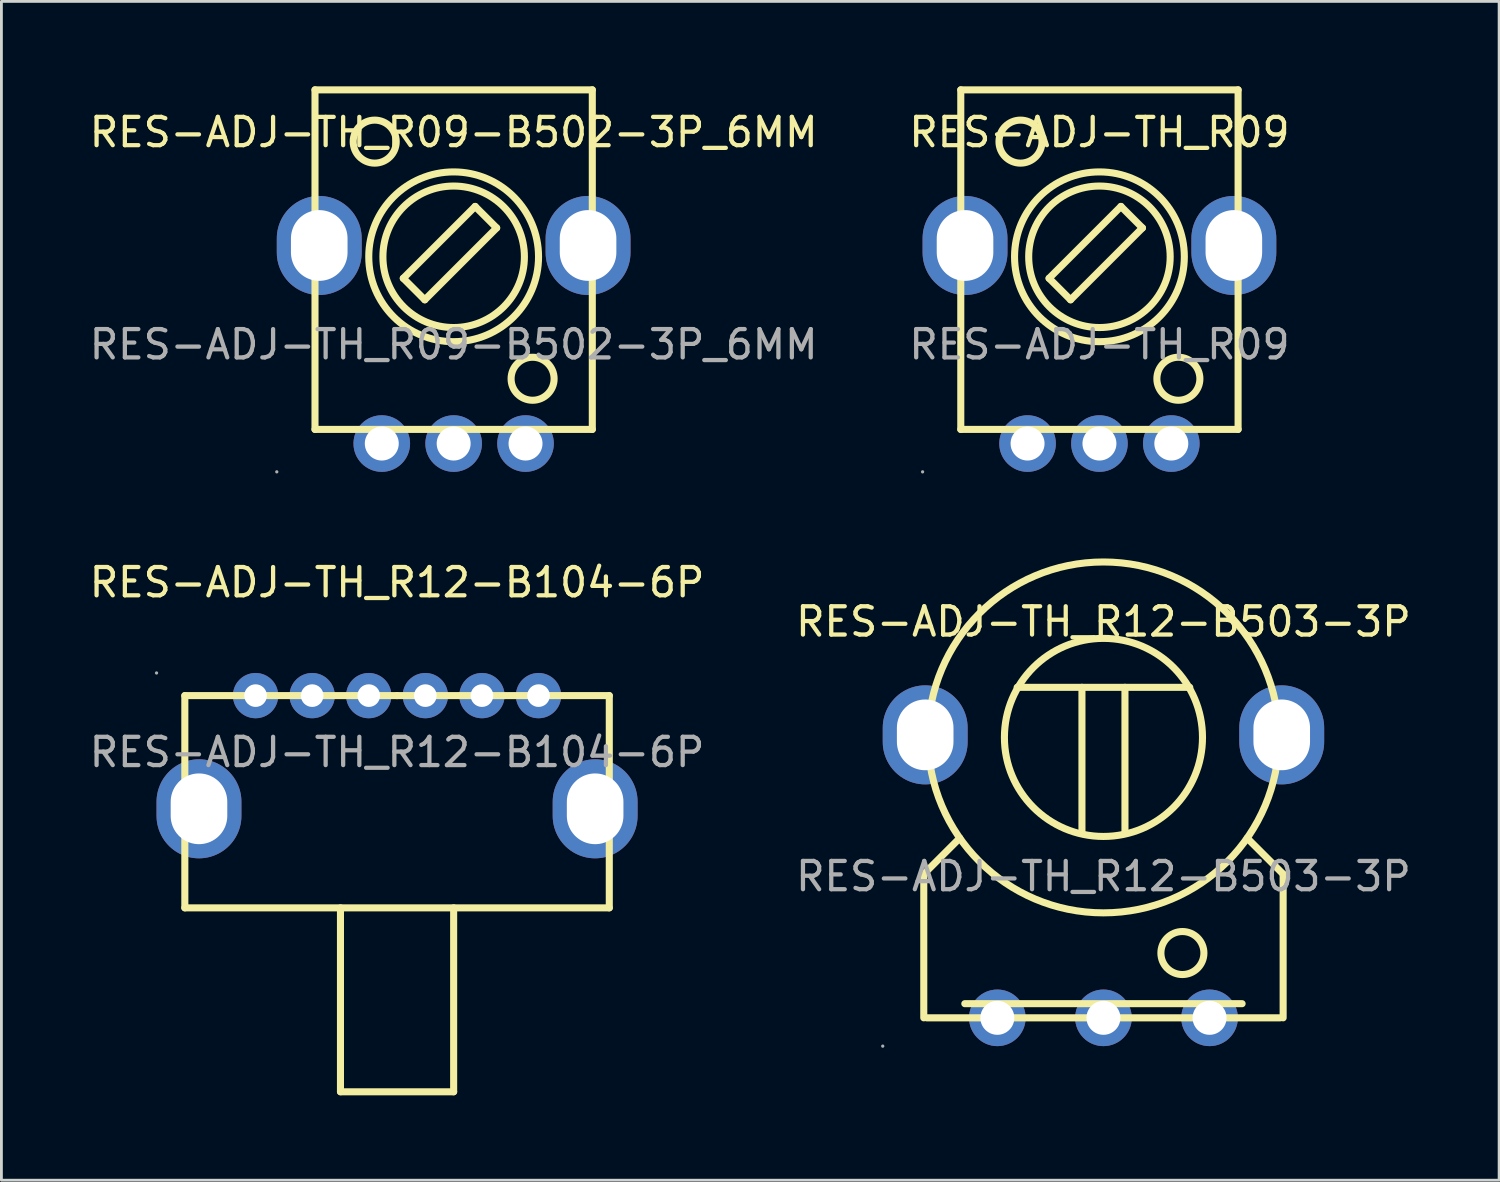
<source format=kicad_pcb>
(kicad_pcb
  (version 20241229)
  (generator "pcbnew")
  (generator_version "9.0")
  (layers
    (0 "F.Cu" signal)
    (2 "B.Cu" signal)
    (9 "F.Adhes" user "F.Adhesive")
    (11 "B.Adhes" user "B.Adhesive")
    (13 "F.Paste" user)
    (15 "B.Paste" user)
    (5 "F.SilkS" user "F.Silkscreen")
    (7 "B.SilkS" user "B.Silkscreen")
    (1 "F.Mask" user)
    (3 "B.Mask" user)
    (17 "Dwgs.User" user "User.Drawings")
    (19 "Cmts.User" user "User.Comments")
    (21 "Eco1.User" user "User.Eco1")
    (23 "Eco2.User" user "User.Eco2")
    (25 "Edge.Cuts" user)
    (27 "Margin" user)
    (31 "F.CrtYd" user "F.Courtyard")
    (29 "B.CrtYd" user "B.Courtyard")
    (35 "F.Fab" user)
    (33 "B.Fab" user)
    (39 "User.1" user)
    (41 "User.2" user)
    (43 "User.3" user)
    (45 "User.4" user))
  (footprint "RES-ADJ-TH_R12-B503-3P"
    (layer "F.Cu")
    (at 35.946 27.92)
    (property "Reference" "RES-ADJ-TH_R12-B503-3P" (at 0 -9 0) (layer "F.SilkS") (effects (font (size 1 1) (thickness 0.15))))
    (attr through_hole)
    (fp_line (start -6.35 -0.08) (end -5.08 -1.35) (stroke (width 0.25) (type solid)) (layer "F.SilkS"))
    (fp_line (start -6.35 5) (end -6.35 -0.08) (stroke (width 0.25) (type solid)) (layer "F.SilkS"))
    (fp_line (start -4.9 4.5) (end 4.9 4.5) (stroke (width 0.25) (type solid)) (layer "F.SilkS"))
    (fp_line (start -3.05 -6.68) (end 3.05 -6.68) (stroke (width 0.25) (type solid)) (layer "F.SilkS"))
    (fp_line (start -0.76 -6.68) (end -0.76 -1.6) (stroke (width 0.25) (type solid)) (layer "F.SilkS"))
    (fp_line (start 0 5) (end -6.25 5) (stroke (width 0.25) (type solid)) (layer "F.SilkS"))
    (fp_line (start 0 5) (end 6.25 5) (stroke (width 0.25) (type solid)) (layer "F.SilkS"))
    (fp_line (start 0.76 -6.68) (end 0.76 -1.6) (stroke (width 0.25) (type solid)) (layer "F.SilkS"))
    (fp_line (start 6.35 -0.08) (end 5.08 -1.35) (stroke (width 0.25) (type solid)) (layer "F.SilkS"))
    (fp_line (start 6.35 5) (end 6.35 -0.08) (stroke (width 0.25) (type solid)) (layer "F.SilkS"))
    (fp_circle (center 0 -4.91) (end 3.5 -4.91) (stroke (width 0.25) (type solid)) (fill no) (layer "F.SilkS"))
    (fp_circle (center 0 -4.91) (end 6.2 -4.91) (stroke (width 0.25) (type solid)) (fill no) (layer "F.SilkS"))
    (fp_circle (center 2.79 2.71) (end 3.55 2.71) (stroke (width 0.25) (type solid)) (fill no) (layer "F.SilkS"))
    (fp_circle (center -7.8 6) (end -7.77 6) (stroke (width 0.06) (type solid)) (fill no) (layer "F.Fab"))
    (fp_circle (center -3.75 5) (end -3.5 5) (stroke (width 0.5) (type solid)) (fill no) (layer "F.Fab"))
    (fp_circle (center 0 5) (end 0.25 5) (stroke (width 0.5) (type solid)) (fill no) (layer "F.Fab"))
    (fp_circle (center 3.75 5) (end 4 5) (stroke (width 0.5) (type solid)) (fill no) (layer "F.Fab"))
    (fp_text user "${REFERENCE}" (at 0 0 0) (layer "F.Fab") (effects (font (size 1 1) (thickness 0.15))))
    (pad "1" thru_hole circle (at -3.75 5) (size 2 2) (drill 1.2) (layers "*.Cu" "*.Paste" "*.Mask"))
    (pad "2" thru_hole circle (at 0 5) (size 2 2) (drill 1.2) (layers "*.Cu" "*.Paste" "*.Mask"))
    (pad "3" thru_hole circle (at 3.75 5) (size 2 2) (drill 1.2) (layers "*.Cu" "*.Paste" "*.Mask"))
    (pad "4" thru_hole oval (at 6.3 -5) (size 3 3.5) (drill oval 2 2.5) (layers "*.Cu" "*.Paste" "*.Mask"))
    (pad "5" thru_hole oval (at -6.3 -5) (size 3 3.5) (drill oval 2 2.5) (layers "*.Cu" "*.Paste" "*.Mask")))
  (footprint "RES-ADJ-TH_R09-B502-3P_6MM"
    (layer "F.Cu")
    (at 12.982 9.125)
    (property "Reference" "RES-ADJ-TH_R09-B502-3P_6MM" (at 0 -7.5 0) (layer "F.SilkS") (effects (font (size 1 1) (thickness 0.15))))
    (attr through_hole)
    (fp_line (start -4.9 -9) (end -4.9 3) (stroke (width 0.25) (type solid)) (layer "F.SilkS"))
    (fp_line (start -4.9 -9) (end 4.9 -9) (stroke (width 0.25) (type solid)) (layer "F.SilkS"))
    (fp_line (start -4.9 3) (end 4.9 3) (stroke (width 0.25) (type solid)) (layer "F.SilkS"))
    (fp_line (start -1.78 -2.34) (end -1.02 -1.58) (stroke (width 0.25) (type solid)) (layer "F.SilkS"))
    (fp_line (start -1.02 -1.58) (end 1.52 -4.12) (stroke (width 0.25) (type solid)) (layer "F.SilkS"))
    (fp_line (start 0.76 -4.88) (end -1.78 -2.34) (stroke (width 0.25) (type solid)) (layer "F.SilkS"))
    (fp_line (start 1.52 -4.12) (end 0.76 -4.88) (stroke (width 0.25) (type solid)) (layer "F.SilkS"))
    (fp_line (start 4.9 -9) (end 4.9 3) (stroke (width 0.25) (type solid)) (layer "F.SilkS"))
    (fp_circle (center -2.79 -7.17) (end -2.03 -7.17) (stroke (width 0.25) (type solid)) (fill no) (layer "F.SilkS"))
    (fp_circle (center 0 -3.1) (end 2.5 -3.1) (stroke (width 0.25) (type solid)) (fill no) (layer "F.SilkS"))
    (fp_circle (center 0 -3.1) (end 3 -3.1) (stroke (width 0.25) (type solid)) (fill no) (layer "F.SilkS"))
    (fp_circle (center 2.79 1.21) (end 3.55 1.21) (stroke (width 0.25) (type solid)) (fill no) (layer "F.SilkS"))
    (fp_circle (center -6.25 4.5) (end -6.22 4.5) (stroke (width 0.06) (type solid)) (fill no) (layer "F.Fab"))
    (fp_circle (center -2.54 3.5) (end -2.29 3.5) (stroke (width 0.5) (type solid)) (fill no) (layer "F.Fab"))
    (fp_circle (center 0 3.5) (end 0.25 3.5) (stroke (width 0.5) (type solid)) (fill no) (layer "F.Fab"))
    (fp_circle (center 2.54 3.5) (end 2.79 3.5) (stroke (width 0.5) (type solid)) (fill no) (layer "F.Fab"))
    (fp_text user "${REFERENCE}" (at 0 0 0) (layer "F.Fab") (effects (font (size 1 1) (thickness 0.15))))
    (pad "1" thru_hole circle (at -2.54 3.5) (size 2 2) (drill 1.2) (layers "*.Cu" "*.Paste" "*.Mask"))
    (pad "2" thru_hole circle (at 0 3.5) (size 2 2) (drill 1.2) (layers "*.Cu" "*.Paste" "*.Mask"))
    (pad "3" thru_hole circle (at 2.54 3.5) (size 2 2) (drill 1.2) (layers "*.Cu" "*.Paste" "*.Mask"))
    (pad "4" thru_hole oval (at 4.75 -3.5) (size 3 3.5) (drill oval 2 2.5) (layers "*.Cu" "*.Paste" "*.Mask"))
    (pad "5" thru_hole oval (at -4.75 -3.5) (size 3 3.5) (drill oval 2 2.5) (layers "*.Cu" "*.Paste" "*.Mask")))
  (footprint "RES-ADJ-TH_R09"
    (layer "F.Cu")
    (at 35.804 9.125)
    (property "Reference" "RES-ADJ-TH_R09" (at 0 -7.5 0) (layer "F.SilkS") (effects (font (size 1 1) (thickness 0.15))))
    (attr through_hole)
    (fp_line (start -4.9 -9) (end -4.9 3) (stroke (width 0.25) (type solid)) (layer "F.SilkS"))
    (fp_line (start -4.9 -9) (end 4.9 -9) (stroke (width 0.25) (type solid)) (layer "F.SilkS"))
    (fp_line (start -4.9 3) (end 4.9 3) (stroke (width 0.25) (type solid)) (layer "F.SilkS"))
    (fp_line (start -1.78 -2.34) (end -1.02 -1.58) (stroke (width 0.25) (type solid)) (layer "F.SilkS"))
    (fp_line (start -1.02 -1.58) (end 1.52 -4.12) (stroke (width 0.25) (type solid)) (layer "F.SilkS"))
    (fp_line (start 0.76 -4.88) (end -1.78 -2.34) (stroke (width 0.25) (type solid)) (layer "F.SilkS"))
    (fp_line (start 1.52 -4.12) (end 0.76 -4.88) (stroke (width 0.25) (type solid)) (layer "F.SilkS"))
    (fp_line (start 4.9 -9) (end 4.9 3) (stroke (width 0.25) (type solid)) (layer "F.SilkS"))
    (fp_circle (center -2.79 -7.17) (end -2.03 -7.17) (stroke (width 0.25) (type solid)) (fill no) (layer "F.SilkS"))
    (fp_circle (center 0 -3.1) (end 2.5 -3.1) (stroke (width 0.25) (type solid)) (fill no) (layer "F.SilkS"))
    (fp_circle (center 0 -3.1) (end 3 -3.1) (stroke (width 0.25) (type solid)) (fill no) (layer "F.SilkS"))
    (fp_circle (center 2.79 1.21) (end 3.55 1.21) (stroke (width 0.25) (type solid)) (fill no) (layer "F.SilkS"))
    (fp_circle (center -6.25 4.5) (end -6.22 4.5) (stroke (width 0.06) (type solid)) (fill no) (layer "F.Fab"))
    (fp_circle (center -2.54 3.5) (end -2.29 3.5) (stroke (width 0.5) (type solid)) (fill no) (layer "F.Fab"))
    (fp_circle (center 0 3.5) (end 0.25 3.5) (stroke (width 0.5) (type solid)) (fill no) (layer "F.Fab"))
    (fp_circle (center 2.54 3.5) (end 2.79 3.5) (stroke (width 0.5) (type solid)) (fill no) (layer "F.Fab"))
    (fp_text user "${REFERENCE}" (at 0 0 0) (layer "F.Fab") (effects (font (size 1 1) (thickness 0.15))))
    (pad "1" thru_hole circle (at -2.54 3.5) (size 2 2) (drill 1.2) (layers "*.Cu" "*.Paste" "*.Mask"))
    (pad "2" thru_hole circle (at 0 3.5) (size 2 2) (drill 1.2) (layers "*.Cu" "*.Paste" "*.Mask"))
    (pad "3" thru_hole circle (at 2.54 3.5) (size 2 2) (drill 1.2) (layers "*.Cu" "*.Paste" "*.Mask"))
    (pad "4" thru_hole oval (at 4.75 -3.5) (size 3 3.5) (drill oval 2 2.5) (layers "*.Cu" "*.Paste" "*.Mask"))
    (pad "5" thru_hole oval (at -4.75 -3.5) (size 3 3.5) (drill oval 2 2.5) (layers "*.Cu" "*.Paste" "*.Mask")))
  (footprint "RES-ADJ-TH_R12-B104-6P"
    (layer "F.Cu")
    (at 10.982 23.533)
    (property "Reference" "RES-ADJ-TH_R12-B104-6P" (at 0 -6 0) (layer "F.SilkS") (effects (font (size 1 1) (thickness 0.15))))
    (attr through_hole)
    (fp_line (start -7.5 -2) (end -7.5 5.5) (stroke (width 0.25) (type solid)) (layer "F.SilkS"))
    (fp_line (start -7.5 5.5) (end 7.5 5.5) (stroke (width 0.25) (type solid)) (layer "F.SilkS"))
    (fp_line (start -2 5.5) (end -2 12) (stroke (width 0.25) (type solid)) (layer "F.SilkS"))
    (fp_line (start -2 12) (end 2 12) (stroke (width 0.25) (type solid)) (layer "F.SilkS"))
    (fp_line (start 0 -2) (end -7.5 -2) (stroke (width 0.25) (type solid)) (layer "F.SilkS"))
    (fp_line (start 0 -2) (end 7.5 -2) (stroke (width 0.25) (type solid)) (layer "F.SilkS"))
    (fp_line (start 2 12) (end 2 5.5) (stroke (width 0.25) (type solid)) (layer "F.SilkS"))
    (fp_line (start 7.5 -2) (end 7.5 5.5) (stroke (width 0.25) (type solid)) (layer "F.SilkS"))
    (fp_circle (center -8.5 -2.8) (end -8.47 -2.8) (stroke (width 0.06) (type solid)) (fill no) (layer "F.Fab"))
    (fp_circle (center -5 -2) (end -4.85 -2) (stroke (width 0.3) (type solid)) (fill no) (layer "F.Fab"))
    (fp_circle (center -3 -2) (end -2.85 -2) (stroke (width 0.3) (type solid)) (fill no) (layer "F.Fab"))
    (fp_circle (center -1 -2) (end -0.85 -2) (stroke (width 0.3) (type solid)) (fill no) (layer "F.Fab"))
    (fp_circle (center 1 -2) (end 1.15 -2) (stroke (width 0.3) (type solid)) (fill no) (layer "F.Fab"))
    (fp_circle (center 3 -2) (end 3.15 -2) (stroke (width 0.3) (type solid)) (fill no) (layer "F.Fab"))
    (fp_circle (center 5 -2) (end 5.15 -2) (stroke (width 0.3) (type solid)) (fill no) (layer "F.Fab"))
    (fp_text user "${REFERENCE}" (at 0 0 0) (layer "F.Fab") (effects (font (size 1 1) (thickness 0.15))))
    (pad "1" thru_hole circle (at -1 -2) (size 1.6 1.6) (drill 0.8) (layers "*.Cu" "*.Paste" "*.Mask"))
    (pad "2" thru_hole circle (at 1 -2) (size 1.6 1.6) (drill 0.8) (layers "*.Cu" "*.Paste" "*.Mask"))
    (pad "3" thru_hole circle (at 3 -2) (size 1.6 1.6) (drill 0.8) (layers "*.Cu" "*.Paste" "*.Mask"))
    (pad "4" thru_hole circle (at -3 -2) (size 1.6 1.6) (drill 0.8) (layers "*.Cu" "*.Paste" "*.Mask"))
    (pad "5" thru_hole circle (at -5 -2) (size 1.6 1.6) (drill 0.8) (layers "*.Cu" "*.Paste" "*.Mask"))
    (pad "6" thru_hole circle (at 5 -2) (size 1.6 1.6) (drill 0.8) (layers "*.Cu" "*.Paste" "*.Mask"))
    (pad "7" thru_hole oval (at 7 2) (size 3 3.5) (drill oval 2 2.5) (layers "*.Cu" "*.Paste" "*.Mask"))
    (pad "8" thru_hole oval (at -7 2) (size 3 3.5) (drill oval 2 2.5) (layers "*.Cu" "*.Paste" "*.Mask")))
  (gr_rect
    (start -3 -3)
    (end 49.929 38.658)
    (stroke (width 0.1) (type default))
    (fill no)
    (layer "Edge.Cuts")))
</source>
